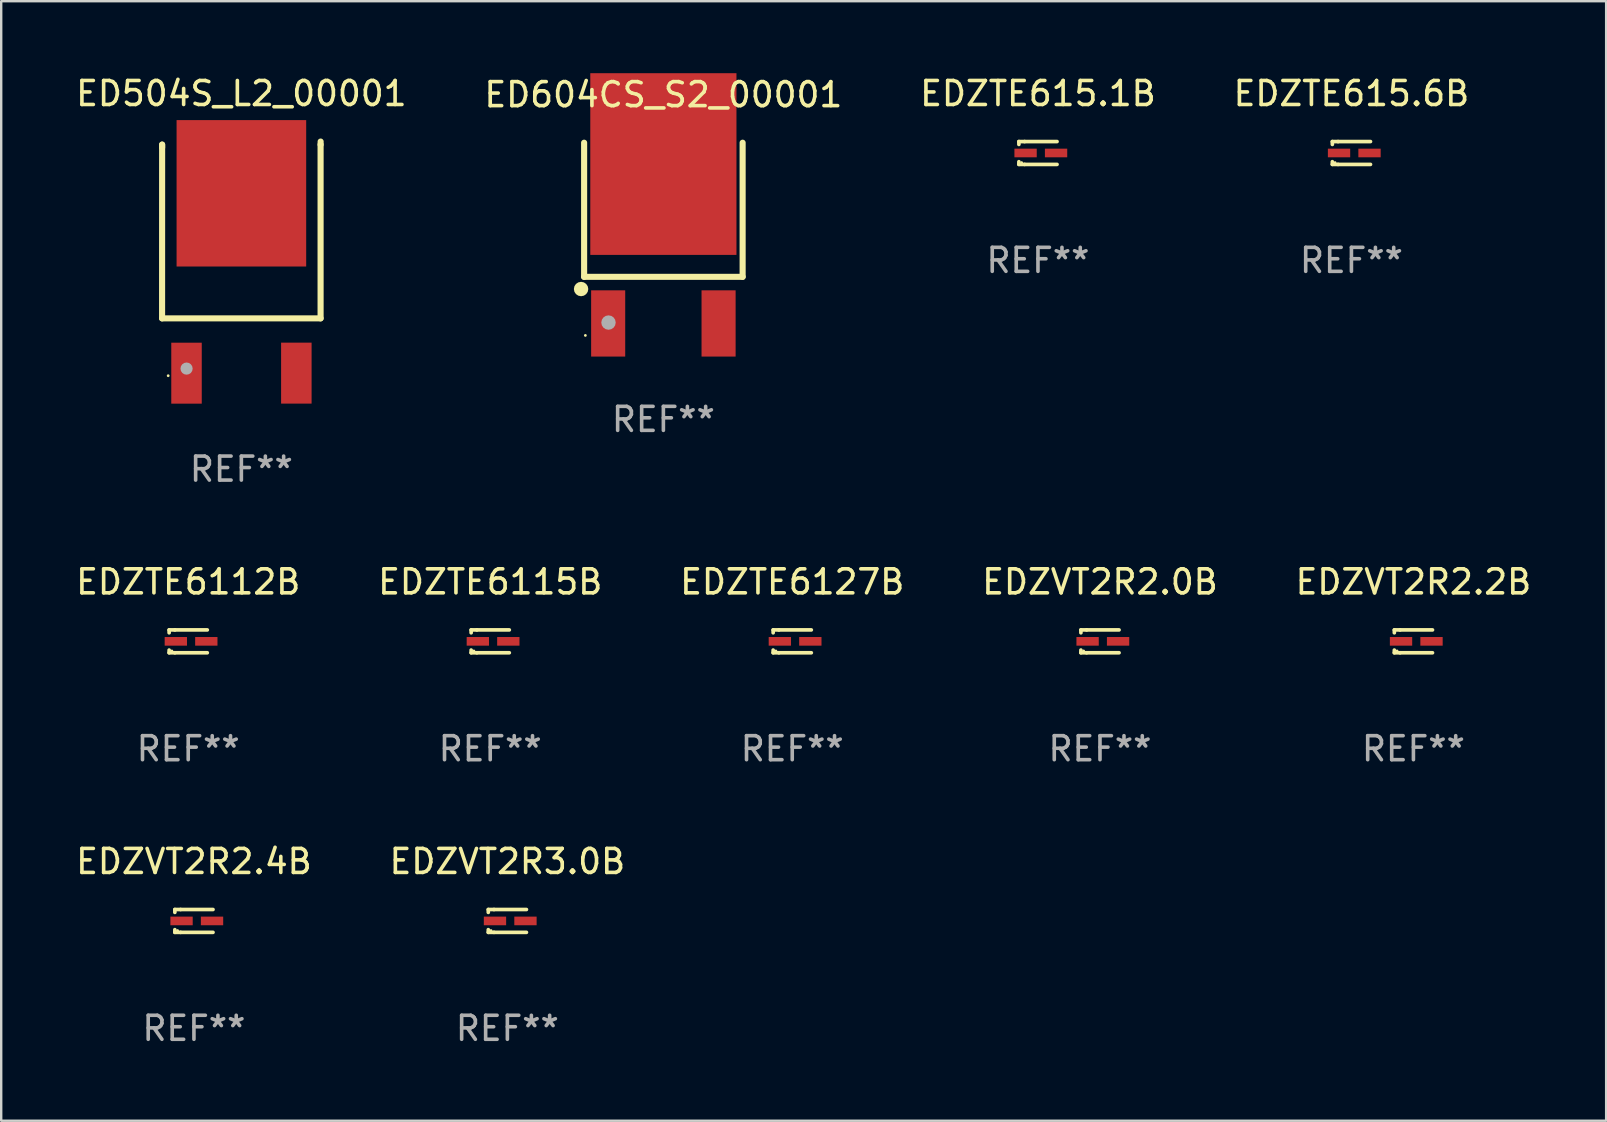
<source format=kicad_pcb>
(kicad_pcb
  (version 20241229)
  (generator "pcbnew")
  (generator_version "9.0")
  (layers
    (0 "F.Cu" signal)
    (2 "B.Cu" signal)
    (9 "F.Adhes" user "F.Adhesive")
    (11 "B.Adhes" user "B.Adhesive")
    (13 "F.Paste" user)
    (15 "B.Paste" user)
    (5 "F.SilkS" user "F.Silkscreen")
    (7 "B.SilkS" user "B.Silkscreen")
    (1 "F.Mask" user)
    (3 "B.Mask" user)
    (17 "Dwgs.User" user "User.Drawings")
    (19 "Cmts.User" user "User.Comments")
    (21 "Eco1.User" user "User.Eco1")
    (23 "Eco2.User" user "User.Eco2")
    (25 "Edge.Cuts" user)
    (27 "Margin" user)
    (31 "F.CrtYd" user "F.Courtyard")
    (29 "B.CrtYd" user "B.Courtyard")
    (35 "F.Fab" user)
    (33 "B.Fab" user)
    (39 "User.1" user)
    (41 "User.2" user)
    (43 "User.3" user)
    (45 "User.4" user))
  (footprint "EDZTE6115B"
    (layer "F.Cu")
    (at 17.375 23.671)
    (property "Reference" "EDZTE6115B" (at 0 -2.476 0) (layer "F.SilkS") (effects (font (size 1 1) (thickness 0.15))))
    (attr through_hole)
    (fp_line (start -0.795 -0.476) (end -0.795 -0.356) (stroke (width 0.152) (type solid)) (layer "F.SilkS"))
    (fp_line (start -0.795 0.363) (end -0.795 0.476) (stroke (width 0.152) (type solid)) (layer "F.SilkS"))
    (fp_line (start -0.795 0.476) (end -0.557 0.476) (stroke (width 0.152) (type solid)) (layer "F.SilkS"))
    (fp_line (start -0.557 -0.476) (end -0.795 -0.476) (stroke (width 0.152) (type solid)) (layer "F.SilkS"))
    (fp_line (start -0.557 -0.476) (end 0.795 -0.476) (stroke (width 0.152) (type solid)) (layer "F.SilkS"))
    (fp_line (start -0.557 0.476) (end 0.795 0.476) (stroke (width 0.152) (type solid)) (layer "F.SilkS"))
    (fp_circle (center -0.681 0.4) (end -0.651 0.4) (stroke (width 0.06) (type solid)) (fill no) (layer "F.SilkS"))
    (fp_text user "REF**" (at 0 4.476 0) (layer "F.Fab") (effects (font (size 1 1) (thickness 0.15))))
    (pad "1" smd rect (at -0.516 0 180) (size 0.93 0.36) (layers "F.Cu" "F.Mask" "F.Paste"))
    (pad "2" smd rect (at 0.754 0 180) (size 0.93 0.36) (layers "F.Cu" "F.Mask" "F.Paste")))
  (footprint "EDZTE6127B"
    (layer "F.Cu")
    (at 29.958 23.671)
    (property "Reference" "EDZTE6127B" (at 0 -2.476 0) (layer "F.SilkS") (effects (font (size 1 1) (thickness 0.15))))
    (attr through_hole)
    (fp_line (start -0.795 -0.476) (end -0.795 -0.356) (stroke (width 0.152) (type solid)) (layer "F.SilkS"))
    (fp_line (start -0.795 0.363) (end -0.795 0.476) (stroke (width 0.152) (type solid)) (layer "F.SilkS"))
    (fp_line (start -0.795 0.476) (end -0.557 0.476) (stroke (width 0.152) (type solid)) (layer "F.SilkS"))
    (fp_line (start -0.557 -0.476) (end -0.795 -0.476) (stroke (width 0.152) (type solid)) (layer "F.SilkS"))
    (fp_line (start -0.557 -0.476) (end 0.795 -0.476) (stroke (width 0.152) (type solid)) (layer "F.SilkS"))
    (fp_line (start -0.557 0.476) (end 0.795 0.476) (stroke (width 0.152) (type solid)) (layer "F.SilkS"))
    (fp_circle (center -0.681 0.4) (end -0.651 0.4) (stroke (width 0.06) (type solid)) (fill no) (layer "F.SilkS"))
    (fp_text user "REF**" (at 0 4.476 0) (layer "F.Fab") (effects (font (size 1 1) (thickness 0.15))))
    (pad "1" smd rect (at -0.516 0 180) (size 0.93 0.36) (layers "F.Cu" "F.Mask" "F.Paste"))
    (pad "2" smd rect (at 0.754 0 180) (size 0.93 0.36) (layers "F.Cu" "F.Mask" "F.Paste")))
  (footprint "EDZVT2R2.2B"
    (layer "F.Cu")
    (at 55.839 23.671)
    (property "Reference" "EDZVT2R2.2B" (at 0 -2.476 0) (layer "F.SilkS") (effects (font (size 1 1) (thickness 0.15))))
    (attr through_hole)
    (fp_line (start -0.795 -0.476) (end -0.795 -0.356) (stroke (width 0.152) (type solid)) (layer "F.SilkS"))
    (fp_line (start -0.795 0.363) (end -0.795 0.476) (stroke (width 0.152) (type solid)) (layer "F.SilkS"))
    (fp_line (start -0.795 0.476) (end -0.557 0.476) (stroke (width 0.152) (type solid)) (layer "F.SilkS"))
    (fp_line (start -0.557 -0.476) (end -0.795 -0.476) (stroke (width 0.152) (type solid)) (layer "F.SilkS"))
    (fp_line (start -0.557 -0.476) (end 0.795 -0.476) (stroke (width 0.152) (type solid)) (layer "F.SilkS"))
    (fp_line (start -0.557 0.476) (end 0.795 0.476) (stroke (width 0.152) (type solid)) (layer "F.SilkS"))
    (fp_circle (center -0.681 0.4) (end -0.651 0.4) (stroke (width 0.06) (type solid)) (fill no) (layer "F.SilkS"))
    (fp_text user "REF**" (at 0 4.476 0) (layer "F.Fab") (effects (font (size 1 1) (thickness 0.15))))
    (pad "1" smd rect (at -0.516 0 180) (size 0.93 0.36) (layers "F.Cu" "F.Mask" "F.Paste"))
    (pad "2" smd rect (at 0.754 0 180) (size 0.93 0.36) (layers "F.Cu" "F.Mask" "F.Paste")))
  (footprint "ED504S_L2_00001"
    (layer "F.Cu")
    (at 7.006 7.673)
    (property "Reference" "ED504S_L2_00001" (at 0 -6.825 0) (layer "F.SilkS") (effects (font (size 1 1) (thickness 0.15))))
    (attr through_hole)
    (fp_line (start -3.303 2.541) (end 3.301 2.541) (stroke (width 0.254) (type solid)) (layer "F.SilkS"))
    (fp_line (start -3.301 -4.698) (end -3.303 2.541) (stroke (width 0.254) (type solid)) (layer "F.SilkS"))
    (fp_line (start -3.301 -4.571) (end -3.301 -4.698) (stroke (width 0.254) (type solid)) (layer "F.SilkS"))
    (fp_line (start 3.301 -4.698) (end 3.303 -4.825) (stroke (width 0.254) (type solid)) (layer "F.SilkS"))
    (fp_line (start 3.301 2.541) (end 3.301 -4.698) (stroke (width 0.254) (type solid)) (layer "F.SilkS"))
    (fp_circle (center -3.049 4.931) (end -3.019 4.931) (stroke (width 0.06) (type solid)) (fill no) (layer "F.SilkS"))
    (fp_circle (center -2.283 4.634) (end -2.156 4.634) (stroke (width 0.254) (type solid)) (fill no) (layer "F.Fab"))
    (fp_text user "REF**" (at 0 8.825 0) (layer "F.Fab") (effects (font (size 1 1) (thickness 0.15))))
    (pad "1" smd rect (at -2.285 4.825 270) (size 2.54 1.27) (layers "F.Cu" "F.Mask" "F.Paste"))
    (pad "2" smd rect (at 0.001 -2.669 270) (size 6.1 5.4) (layers "F.Cu" "F.Mask" "F.Paste"))
    (pad "3" smd rect (at 2.291 4.823 270) (size 2.54 1.27) (layers "F.Cu" "F.Mask" "F.Paste")))
  (footprint "EDZVT2R3.0B"
    (layer "F.Cu")
    (at 18.089 35.32)
    (property "Reference" "EDZVT2R3.0B" (at 0 -2.476 0) (layer "F.SilkS") (effects (font (size 1 1) (thickness 0.15))))
    (attr through_hole)
    (fp_line (start -0.795 -0.476) (end -0.795 -0.356) (stroke (width 0.152) (type solid)) (layer "F.SilkS"))
    (fp_line (start -0.795 0.363) (end -0.795 0.476) (stroke (width 0.152) (type solid)) (layer "F.SilkS"))
    (fp_line (start -0.795 0.476) (end -0.557 0.476) (stroke (width 0.152) (type solid)) (layer "F.SilkS"))
    (fp_line (start -0.557 -0.476) (end -0.795 -0.476) (stroke (width 0.152) (type solid)) (layer "F.SilkS"))
    (fp_line (start -0.557 -0.476) (end 0.795 -0.476) (stroke (width 0.152) (type solid)) (layer "F.SilkS"))
    (fp_line (start -0.557 0.476) (end 0.795 0.476) (stroke (width 0.152) (type solid)) (layer "F.SilkS"))
    (fp_circle (center -0.681 0.4) (end -0.651 0.4) (stroke (width 0.06) (type solid)) (fill no) (layer "F.SilkS"))
    (fp_text user "REF**" (at 0 4.476 0) (layer "F.Fab") (effects (font (size 1 1) (thickness 0.15))))
    (pad "1" smd rect (at -0.516 0 180) (size 0.93 0.36) (layers "F.Cu" "F.Mask" "F.Paste"))
    (pad "2" smd rect (at 0.754 0 180) (size 0.93 0.36) (layers "F.Cu" "F.Mask" "F.Paste")))
  (footprint "EDZVT2R2.4B"
    (layer "F.Cu")
    (at 5.03 35.32)
    (property "Reference" "EDZVT2R2.4B" (at 0 -2.476 0) (layer "F.SilkS") (effects (font (size 1 1) (thickness 0.15))))
    (attr through_hole)
    (fp_line (start -0.795 -0.476) (end -0.795 -0.356) (stroke (width 0.152) (type solid)) (layer "F.SilkS"))
    (fp_line (start -0.795 0.363) (end -0.795 0.476) (stroke (width 0.152) (type solid)) (layer "F.SilkS"))
    (fp_line (start -0.795 0.476) (end -0.557 0.476) (stroke (width 0.152) (type solid)) (layer "F.SilkS"))
    (fp_line (start -0.557 -0.476) (end -0.795 -0.476) (stroke (width 0.152) (type solid)) (layer "F.SilkS"))
    (fp_line (start -0.557 -0.476) (end 0.795 -0.476) (stroke (width 0.152) (type solid)) (layer "F.SilkS"))
    (fp_line (start -0.557 0.476) (end 0.795 0.476) (stroke (width 0.152) (type solid)) (layer "F.SilkS"))
    (fp_circle (center -0.681 0.4) (end -0.651 0.4) (stroke (width 0.06) (type solid)) (fill no) (layer "F.SilkS"))
    (fp_text user "REF**" (at 0 4.476 0) (layer "F.Fab") (effects (font (size 1 1) (thickness 0.15))))
    (pad "1" smd rect (at -0.516 0 180) (size 0.93 0.36) (layers "F.Cu" "F.Mask" "F.Paste"))
    (pad "2" smd rect (at 0.754 0 180) (size 0.93 0.36) (layers "F.Cu" "F.Mask" "F.Paste")))
  (footprint "EDZVT2R2.0B"
    (layer "F.Cu")
    (at 42.78 23.671)
    (property "Reference" "EDZVT2R2.0B" (at 0 -2.476 0) (layer "F.SilkS") (effects (font (size 1 1) (thickness 0.15))))
    (attr through_hole)
    (fp_line (start -0.795 -0.476) (end -0.795 -0.356) (stroke (width 0.152) (type solid)) (layer "F.SilkS"))
    (fp_line (start -0.795 0.363) (end -0.795 0.476) (stroke (width 0.152) (type solid)) (layer "F.SilkS"))
    (fp_line (start -0.795 0.476) (end -0.557 0.476) (stroke (width 0.152) (type solid)) (layer "F.SilkS"))
    (fp_line (start -0.557 -0.476) (end -0.795 -0.476) (stroke (width 0.152) (type solid)) (layer "F.SilkS"))
    (fp_line (start -0.557 -0.476) (end 0.795 -0.476) (stroke (width 0.152) (type solid)) (layer "F.SilkS"))
    (fp_line (start -0.557 0.476) (end 0.795 0.476) (stroke (width 0.152) (type solid)) (layer "F.SilkS"))
    (fp_circle (center -0.681 0.4) (end -0.651 0.4) (stroke (width 0.06) (type solid)) (fill no) (layer "F.SilkS"))
    (fp_text user "REF**" (at 0 4.476 0) (layer "F.Fab") (effects (font (size 1 1) (thickness 0.15))))
    (pad "1" smd rect (at -0.516 0 180) (size 0.93 0.36) (layers "F.Cu" "F.Mask" "F.Paste"))
    (pad "2" smd rect (at 0.754 0 180) (size 0.93 0.36) (layers "F.Cu" "F.Mask" "F.Paste")))
  (footprint "EDZTE6112B"
    (layer "F.Cu")
    (at 4.792 23.671)
    (property "Reference" "EDZTE6112B" (at 0 -2.476 0) (layer "F.SilkS") (effects (font (size 1 1) (thickness 0.15))))
    (attr through_hole)
    (fp_line (start -0.795 -0.476) (end -0.795 -0.356) (stroke (width 0.152) (type solid)) (layer "F.SilkS"))
    (fp_line (start -0.795 0.363) (end -0.795 0.476) (stroke (width 0.152) (type solid)) (layer "F.SilkS"))
    (fp_line (start -0.795 0.476) (end -0.557 0.476) (stroke (width 0.152) (type solid)) (layer "F.SilkS"))
    (fp_line (start -0.557 -0.476) (end -0.795 -0.476) (stroke (width 0.152) (type solid)) (layer "F.SilkS"))
    (fp_line (start -0.557 -0.476) (end 0.795 -0.476) (stroke (width 0.152) (type solid)) (layer "F.SilkS"))
    (fp_line (start -0.557 0.476) (end 0.795 0.476) (stroke (width 0.152) (type solid)) (layer "F.SilkS"))
    (fp_circle (center -0.681 0.4) (end -0.651 0.4) (stroke (width 0.06) (type solid)) (fill no) (layer "F.SilkS"))
    (fp_text user "REF**" (at 0 4.476 0) (layer "F.Fab") (effects (font (size 1 1) (thickness 0.15))))
    (pad "1" smd rect (at -0.516 0 180) (size 0.93 0.36) (layers "F.Cu" "F.Mask" "F.Paste"))
    (pad "2" smd rect (at 0.754 0 180) (size 0.93 0.36) (layers "F.Cu" "F.Mask" "F.Paste")))
  (footprint "ED604CS_S2_00001"
    (layer "F.Cu")
    (at 24.589 6.661)
    (property "Reference" "ED604CS_S2_00001" (at 0 -5.765 0) (layer "F.SilkS") (effects (font (size 1 1) (thickness 0.15))))
    (attr through_hole)
    (fp_line (start -3.302 1.823) (end -3.302 -3.765) (stroke (width 0.254) (type solid)) (layer "F.SilkS"))
    (fp_line (start -3.302 1.823) (end 3.302 1.823) (stroke (width 0.254) (type solid)) (layer "F.SilkS"))
    (fp_line (start 3.302 1.823) (end 3.302 -3.765) (stroke (width 0.254) (type solid)) (layer "F.SilkS"))
    (fp_circle (center -3.429 2.331) (end -3.279 2.331) (stroke (width 0.3) (type solid)) (fill no) (layer "F.SilkS"))
    (fp_circle (center -3.25 4.264) (end -3.22 4.264) (stroke (width 0.06) (type solid)) (fill no) (layer "F.SilkS"))
    (fp_circle (center -2.286 3.728) (end -2.136 3.728) (stroke (width 0.3) (type solid)) (fill no) (layer "F.Fab"))
    (fp_text user "REF**" (at 0 7.765 0) (layer "F.Fab") (effects (font (size 1 1) (thickness 0.15))))
    (pad "1" smd rect (at -2.3 3.765) (size 1.42 2.76) (layers "F.Cu" "F.Mask" "F.Paste"))
    (pad "2" smd rect (at 0 -2.876) (size 6.09 7.57) (layers "F.Cu" "F.Mask" "F.Paste"))
    (pad "3" smd rect (at 2.3 3.765) (size 1.42 2.76) (layers "F.Cu" "F.Mask" "F.Paste")))
  (footprint "EDZTE615.1B"
    (layer "F.Cu")
    (at 40.196 3.324)
    (property "Reference" "EDZTE615.1B" (at 0 -2.476 0) (layer "F.SilkS") (effects (font (size 1 1) (thickness 0.15))))
    (attr through_hole)
    (fp_line (start -0.795 -0.476) (end -0.795 -0.356) (stroke (width 0.152) (type solid)) (layer "F.SilkS"))
    (fp_line (start -0.795 0.363) (end -0.795 0.476) (stroke (width 0.152) (type solid)) (layer "F.SilkS"))
    (fp_line (start -0.795 0.476) (end -0.557 0.476) (stroke (width 0.152) (type solid)) (layer "F.SilkS"))
    (fp_line (start -0.557 -0.476) (end -0.795 -0.476) (stroke (width 0.152) (type solid)) (layer "F.SilkS"))
    (fp_line (start -0.557 -0.476) (end 0.795 -0.476) (stroke (width 0.152) (type solid)) (layer "F.SilkS"))
    (fp_line (start -0.557 0.476) (end 0.795 0.476) (stroke (width 0.152) (type solid)) (layer "F.SilkS"))
    (fp_circle (center -0.681 0.4) (end -0.651 0.4) (stroke (width 0.06) (type solid)) (fill no) (layer "F.SilkS"))
    (fp_text user "REF**" (at 0 4.476 0) (layer "F.Fab") (effects (font (size 1 1) (thickness 0.15))))
    (pad "1" smd rect (at -0.516 0 180) (size 0.93 0.36) (layers "F.Cu" "F.Mask" "F.Paste"))
    (pad "2" smd rect (at 0.754 0 180) (size 0.93 0.36) (layers "F.Cu" "F.Mask" "F.Paste")))
  (footprint "EDZTE615.6B"
    (layer "F.Cu")
    (at 53.256 3.324)
    (property "Reference" "EDZTE615.6B" (at 0 -2.476 0) (layer "F.SilkS") (effects (font (size 1 1) (thickness 0.15))))
    (attr through_hole)
    (fp_line (start -0.795 -0.476) (end -0.795 -0.356) (stroke (width 0.152) (type solid)) (layer "F.SilkS"))
    (fp_line (start -0.795 0.363) (end -0.795 0.476) (stroke (width 0.152) (type solid)) (layer "F.SilkS"))
    (fp_line (start -0.795 0.476) (end -0.557 0.476) (stroke (width 0.152) (type solid)) (layer "F.SilkS"))
    (fp_line (start -0.557 -0.476) (end -0.795 -0.476) (stroke (width 0.152) (type solid)) (layer "F.SilkS"))
    (fp_line (start -0.557 -0.476) (end 0.795 -0.476) (stroke (width 0.152) (type solid)) (layer "F.SilkS"))
    (fp_line (start -0.557 0.476) (end 0.795 0.476) (stroke (width 0.152) (type solid)) (layer "F.SilkS"))
    (fp_circle (center -0.681 0.4) (end -0.651 0.4) (stroke (width 0.06) (type solid)) (fill no) (layer "F.SilkS"))
    (fp_text user "REF**" (at 0 4.476 0) (layer "F.Fab") (effects (font (size 1 1) (thickness 0.15))))
    (pad "1" smd rect (at -0.516 0 180) (size 0.93 0.36) (layers "F.Cu" "F.Mask" "F.Paste"))
    (pad "2" smd rect (at 0.754 0 180) (size 0.93 0.36) (layers "F.Cu" "F.Mask" "F.Paste")))
  (gr_rect
    (start -3 -3)
    (end 63.869 43.644)
    (stroke (width 0.1) (type default))
    (fill no)
    (layer "Edge.Cuts")))
</source>
